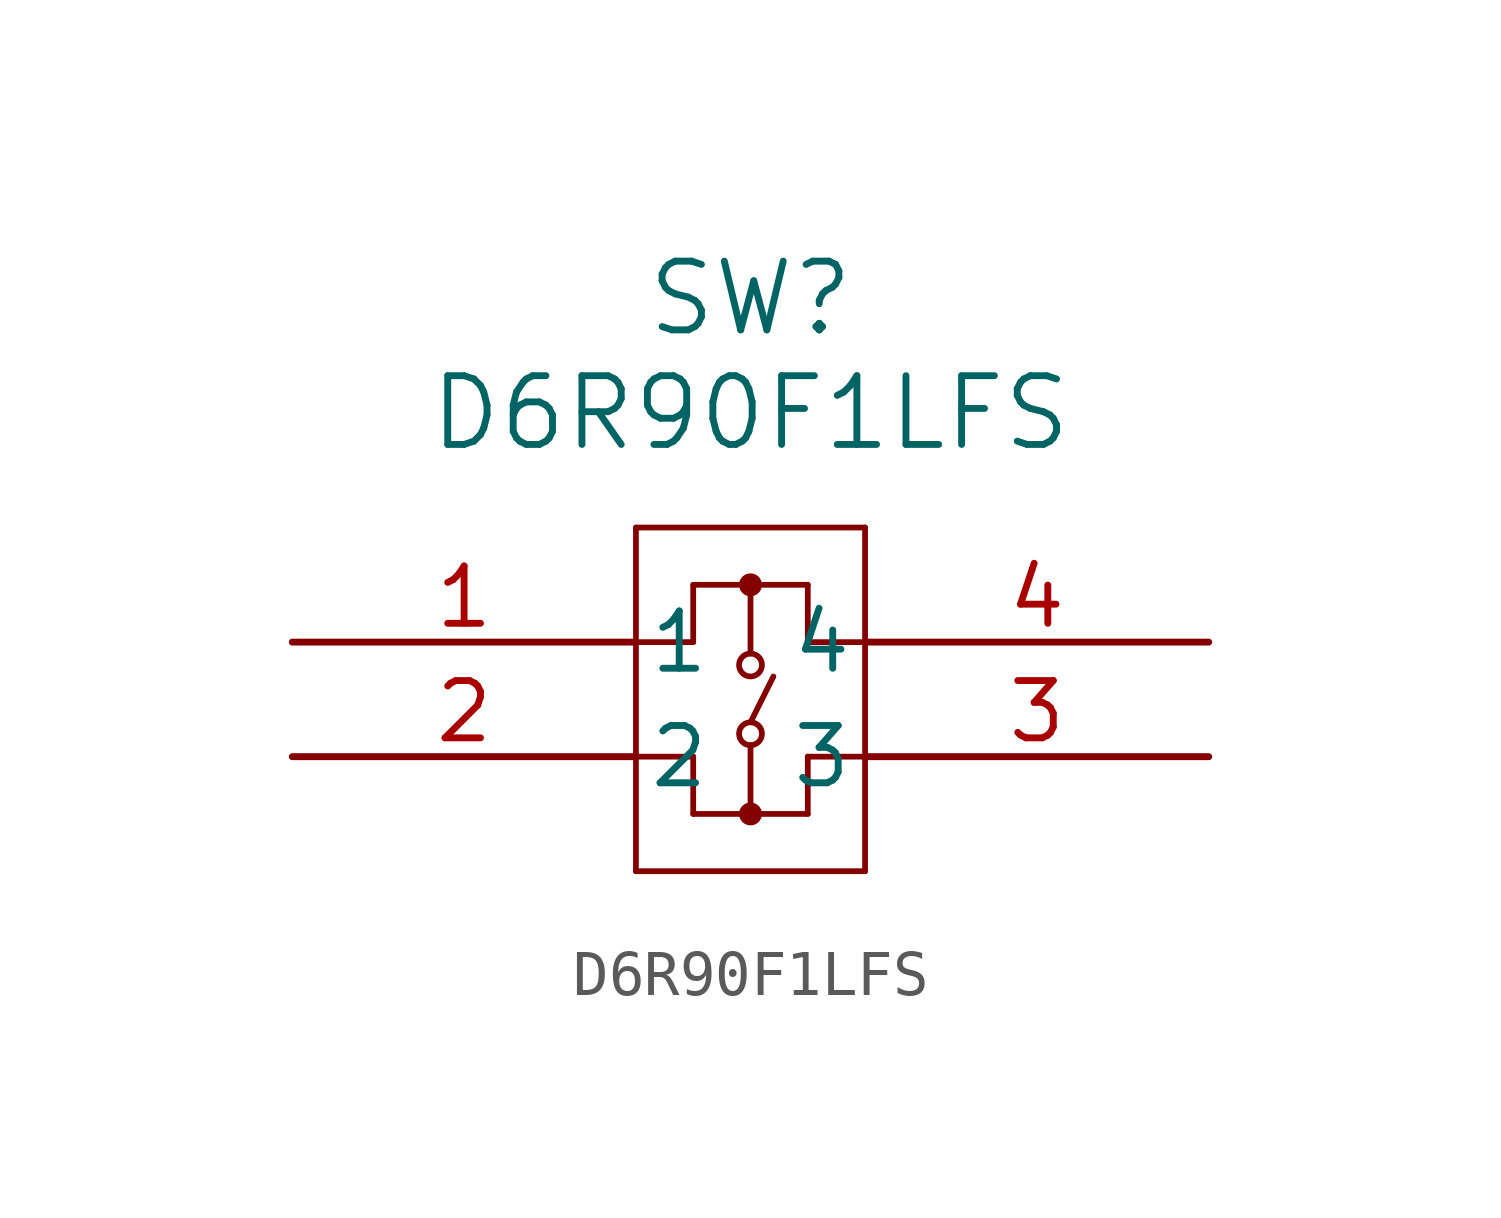
<source format=kicad_sym>
(kicad_symbol_lib
  (version 20211014)
  (generator kicad_symbol_editor)
  (symbol "D6R90F1LFS"
    (pin_names
      (offset 0.254))
    (property "Reference" "SW"
      (at 10.16 7.62 0)
      (effects (font (size 1.524 1.524))))
    (property "Value" "D6R90F1LFS"
      (at 10.16 5.08 0)
      (effects (font (size 1.524 1.524))))
    (symbol "D6R90F1LFS_0_1"
      (polyline (pts (xy 7.62 2.54) (xy 7.62 -5.08)) (stroke (width 0.127) (type default) (color 0 0 0 0)) (fill (type none)))
      (polyline (pts (xy 7.62 -5.08) (xy 12.7 -5.08)) (stroke (width 0.127) (type default) (color 0 0 0 0)) (fill (type none)))
      (polyline (pts (xy 12.7 -5.08) (xy 12.7 2.54)) (stroke (width 0.127) (type default) (color 0 0 0 0)) (fill (type none)))
      (polyline (pts (xy 12.7 2.54) (xy 7.62 2.54)) (stroke (width 0.127) (type default) (color 0 0 0 0)) (fill (type none)))
      (polyline (pts (xy 7.62 0) (xy 8.89 0)) (stroke (width 0.127) (type default) (color 0 0 0 0)) (fill (type none)))
      (polyline (pts (xy 7.62 -2.54) (xy 8.89 -2.54)) (stroke (width 0.127) (type default) (color 0 0 0 0)) (fill (type none)))
      (polyline (pts (xy 10.16 1.27) (xy 10.16 -0.254)) (stroke (width 0.127) (type default) (color 0 0 0 0)) (fill (type none)))
      (polyline (pts (xy 10.16 -2.286) (xy 10.16 -3.81)) (stroke (width 0.127) (type default) (color 0 0 0 0)) (fill (type none)))
      (circle (center 10.16 -0.508) (radius 0.254) (stroke (width 0.127) (type default) (color 0 0 0 0)) (fill (type none)))
      (circle (center 10.16 -2.032) (radius 0.254) (stroke (width 0.127) (type default) (color 0 0 0 0)) (fill (type none)))
      (polyline (pts (xy 10.16 -1.778) (xy 10.668 -0.762)) (stroke (width 0.127) (type default) (color 0 0 0 0)) (fill (type none)))
      (polyline (pts (xy 8.89 1.27) (xy 8.89 0)) (stroke (width 0.127) (type default) (color 0 0 0 0)) (fill (type none)))
      (polyline (pts (xy 8.89 1.27) (xy 11.43 1.27)) (stroke (width 0.127) (type default) (color 0 0 0 0)) (fill (type none)))
      (polyline (pts (xy 11.43 1.27) (xy 11.43 0)) (stroke (width 0.127) (type default) (color 0 0 0 0)) (fill (type none)))
      (polyline (pts (xy 8.89 -2.54) (xy 8.89 -3.81)) (stroke (width 0.127) (type default) (color 0 0 0 0)) (fill (type none)))
      (polyline (pts (xy 8.89 -3.81) (xy 11.43 -3.81)) (stroke (width 0.127) (type default) (color 0 0 0 0)) (fill (type none)))
      (polyline (pts (xy 11.43 -3.81) (xy 11.43 -2.54)) (stroke (width 0.127) (type default) (color 0 0 0 0)) (fill (type none)))
      (polyline (pts (xy 11.43 0) (xy 12.7 0)) (stroke (width 0.127) (type default) (color 0 0 0 0)) (fill (type none)))
      (polyline (pts (xy 11.43 -2.54) (xy 12.7 -2.54)) (stroke (width 0.127) (type default) (color 0 0 0 0)) (fill (type none)))
      (circle (center 10.16 -3.81) (radius 0.127) (stroke (width 0.254) (type default) (color 0 0 0 0)) (fill (type none)))
      (circle (center 10.16 1.27) (radius 0.127) (stroke (width 0.254) (type default) (color 0 0 0 0)) (fill (type none)))
      (pin unspecified line (at 0 0 0) (length 7.62) (name "1" (effects (font (size 1.27 1.27)))) (number "1" (effects (font (size 1.27 1.27)))))
      (pin unspecified line (at 0 -2.54 0) (length 7.62) (name "2" (effects (font (size 1.27 1.27)))) (number "2" (effects (font (size 1.27 1.27)))))
      (pin unspecified line (at 20.32 -2.54 180) (length 7.62) (name "3" (effects (font (size 1.27 1.27)))) (number "3" (effects (font (size 1.27 1.27)))))
      (pin unspecified line (at 20.32 0 180) (length 7.62) (name "4" (effects (font (size 1.27 1.27)))) (number "4" (effects (font (size 1.27 1.27))))))))
</source>
